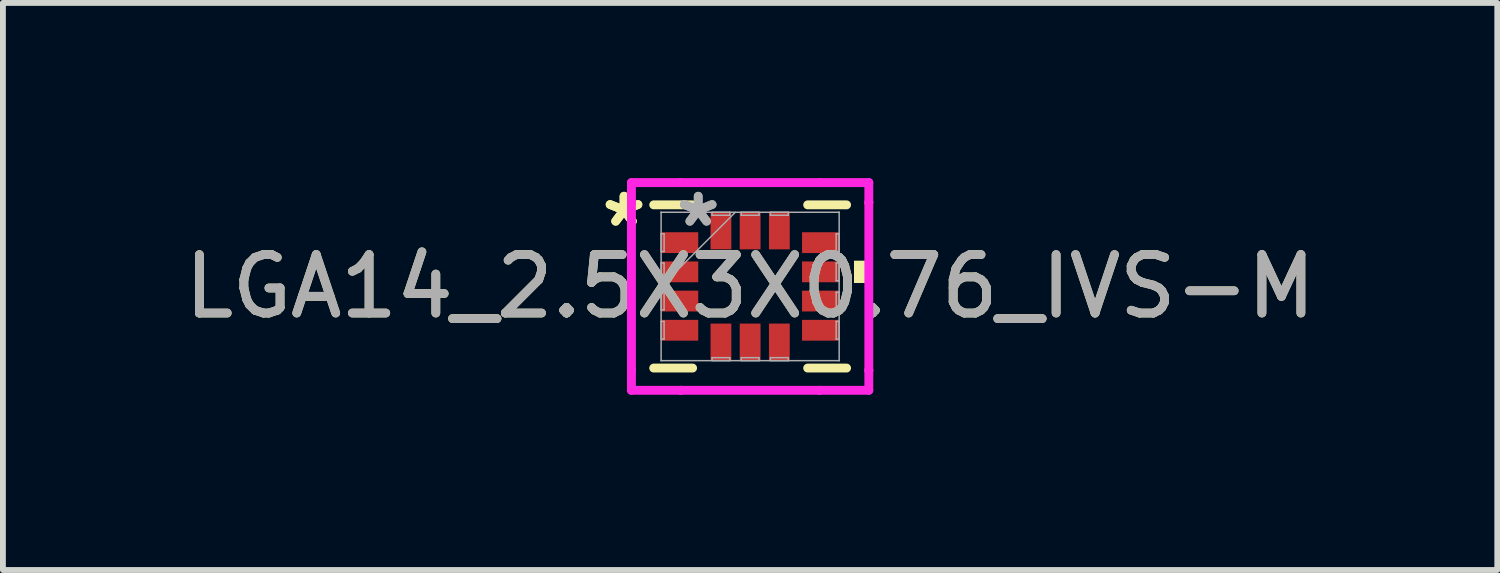
<source format=kicad_pcb>
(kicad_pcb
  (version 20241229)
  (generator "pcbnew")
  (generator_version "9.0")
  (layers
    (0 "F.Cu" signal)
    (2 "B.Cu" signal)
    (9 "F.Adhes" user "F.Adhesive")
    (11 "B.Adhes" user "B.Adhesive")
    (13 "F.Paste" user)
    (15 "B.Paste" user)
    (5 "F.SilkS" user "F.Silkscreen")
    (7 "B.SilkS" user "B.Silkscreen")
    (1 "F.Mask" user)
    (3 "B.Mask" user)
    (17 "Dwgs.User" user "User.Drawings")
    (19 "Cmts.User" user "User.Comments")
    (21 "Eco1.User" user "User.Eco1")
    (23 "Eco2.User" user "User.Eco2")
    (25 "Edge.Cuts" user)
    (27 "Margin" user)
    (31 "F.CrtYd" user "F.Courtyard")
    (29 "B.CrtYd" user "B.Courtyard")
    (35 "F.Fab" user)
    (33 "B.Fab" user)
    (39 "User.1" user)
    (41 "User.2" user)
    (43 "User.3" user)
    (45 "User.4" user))
  (footprint "LGA14_2.5X3X0.76_IVS-M"
    (layer "F.Cu")
    (at 9.792 1.854)
    (property "Reference" "LGA14_2.5X3X0.76_IVS-M" (at 0 0 0) (unlocked yes) (layer "F.SilkS") (effects (font (size 1 1) (thickness 0.15))))
    (attr smd)
    (fp_line (start -1.651 1.397) (end -0.985 1.397) (stroke (width 0.152) (type solid)) (layer "F.SilkS"))
    (fp_line (start -0.985 -1.397) (end -1.651 -1.397) (stroke (width 0.152) (type solid)) (layer "F.SilkS"))
    (fp_line (start 0.985 1.397) (end 1.651 1.397) (stroke (width 0.152) (type solid)) (layer "F.SilkS"))
    (fp_line (start 1.651 -1.397) (end 0.985 -1.397) (stroke (width 0.152) (type solid)) (layer "F.SilkS"))
    (fp_poly (pts (xy 2.032 -0.441) (xy 2.032 -0.059) (xy 1.778 -0.059) (xy 1.778 -0.441)) (stroke (width 0) (type solid)) (fill yes) (layer "F.SilkS"))
    (fp_line (start -2.032 -1.778) (end -1.186 -1.778) (stroke (width 0.152) (type solid)) (layer "F.CrtYd"))
    (fp_line (start -2.032 -1.436) (end -2.032 -1.778) (stroke (width 0.152) (type solid)) (layer "F.CrtYd"))
    (fp_line (start -2.032 -1.436) (end -2.032 -1.436) (stroke (width 0.152) (type solid)) (layer "F.CrtYd"))
    (fp_line (start -2.032 1.436) (end -2.032 -1.436) (stroke (width 0.152) (type solid)) (layer "F.CrtYd"))
    (fp_line (start -2.032 1.436) (end -2.032 1.436) (stroke (width 0.152) (type solid)) (layer "F.CrtYd"))
    (fp_line (start -2.032 1.778) (end -2.032 1.436) (stroke (width 0.152) (type solid)) (layer "F.CrtYd"))
    (fp_line (start -1.186 -1.778) (end -1.186 -1.778) (stroke (width 0.152) (type solid)) (layer "F.CrtYd"))
    (fp_line (start -1.186 -1.778) (end 1.186 -1.778) (stroke (width 0.152) (type solid)) (layer "F.CrtYd"))
    (fp_line (start -1.186 1.778) (end -2.032 1.778) (stroke (width 0.152) (type solid)) (layer "F.CrtYd"))
    (fp_line (start -1.186 1.778) (end -1.186 1.778) (stroke (width 0.152) (type solid)) (layer "F.CrtYd"))
    (fp_line (start 1.186 -1.778) (end 1.186 -1.778) (stroke (width 0.152) (type solid)) (layer "F.CrtYd"))
    (fp_line (start 1.186 -1.778) (end 2.032 -1.778) (stroke (width 0.152) (type solid)) (layer "F.CrtYd"))
    (fp_line (start 1.186 1.778) (end -1.186 1.778) (stroke (width 0.152) (type solid)) (layer "F.CrtYd"))
    (fp_line (start 1.186 1.778) (end 1.186 1.778) (stroke (width 0.152) (type solid)) (layer "F.CrtYd"))
    (fp_line (start 2.032 -1.778) (end 2.032 -1.436) (stroke (width 0.152) (type solid)) (layer "F.CrtYd"))
    (fp_line (start 2.032 -1.436) (end 2.032 -1.436) (stroke (width 0.152) (type solid)) (layer "F.CrtYd"))
    (fp_line (start 2.032 -1.436) (end 2.032 1.436) (stroke (width 0.152) (type solid)) (layer "F.CrtYd"))
    (fp_line (start 2.032 1.436) (end 2.032 1.436) (stroke (width 0.152) (type solid)) (layer "F.CrtYd"))
    (fp_line (start 2.032 1.436) (end 2.032 1.778) (stroke (width 0.152) (type solid)) (layer "F.CrtYd"))
    (fp_line (start 2.032 1.778) (end 1.186 1.778) (stroke (width 0.152) (type solid)) (layer "F.CrtYd"))
    (fp_line (start -1.524 -1.27) (end -1.524 -1.27) (stroke (width 0.025) (type solid)) (layer "F.Fab"))
    (fp_line (start -1.524 -1.27) (end -1.524 1.27) (stroke (width 0.025) (type solid)) (layer "F.Fab"))
    (fp_line (start -1.524 -0.902) (end -1.473 -0.902) (stroke (width 0.025) (type solid)) (layer "F.Fab"))
    (fp_line (start -1.524 -0.598) (end -1.524 -0.902) (stroke (width 0.025) (type solid)) (layer "F.Fab"))
    (fp_line (start -1.524 -0.402) (end -1.473 -0.402) (stroke (width 0.025) (type solid)) (layer "F.Fab"))
    (fp_line (start -1.524 -0.098) (end -1.524 -0.402) (stroke (width 0.025) (type solid)) (layer "F.Fab"))
    (fp_line (start -1.524 0) (end -0.254 -1.27) (stroke (width 0.025) (type solid)) (layer "F.Fab"))
    (fp_line (start -1.524 0.098) (end -1.473 0.098) (stroke (width 0.025) (type solid)) (layer "F.Fab"))
    (fp_line (start -1.524 0.402) (end -1.524 0.098) (stroke (width 0.025) (type solid)) (layer "F.Fab"))
    (fp_line (start -1.524 0.598) (end -1.473 0.598) (stroke (width 0.025) (type solid)) (layer "F.Fab"))
    (fp_line (start -1.524 0.902) (end -1.524 0.598) (stroke (width 0.025) (type solid)) (layer "F.Fab"))
    (fp_line (start -1.524 1.27) (end -1.524 1.27) (stroke (width 0.025) (type solid)) (layer "F.Fab"))
    (fp_line (start -1.524 1.27) (end 1.524 1.27) (stroke (width 0.025) (type solid)) (layer "F.Fab"))
    (fp_line (start -1.473 -0.902) (end -1.473 -0.598) (stroke (width 0.025) (type solid)) (layer "F.Fab"))
    (fp_line (start -1.473 -0.598) (end -1.524 -0.598) (stroke (width 0.025) (type solid)) (layer "F.Fab"))
    (fp_line (start -1.473 -0.402) (end -1.473 -0.098) (stroke (width 0.025) (type solid)) (layer "F.Fab"))
    (fp_line (start -1.473 -0.098) (end -1.524 -0.098) (stroke (width 0.025) (type solid)) (layer "F.Fab"))
    (fp_line (start -1.473 0.098) (end -1.473 0.402) (stroke (width 0.025) (type solid)) (layer "F.Fab"))
    (fp_line (start -1.473 0.402) (end -1.524 0.402) (stroke (width 0.025) (type solid)) (layer "F.Fab"))
    (fp_line (start -1.473 0.598) (end -1.473 0.902) (stroke (width 0.025) (type solid)) (layer "F.Fab"))
    (fp_line (start -1.473 0.902) (end -1.524 0.902) (stroke (width 0.025) (type solid)) (layer "F.Fab"))
    (fp_line (start -0.652 -1.27) (end -0.348 -1.27) (stroke (width 0.025) (type solid)) (layer "F.Fab"))
    (fp_line (start -0.652 -1.219) (end -0.652 -1.27) (stroke (width 0.025) (type solid)) (layer "F.Fab"))
    (fp_line (start -0.652 1.219) (end -0.348 1.219) (stroke (width 0.025) (type solid)) (layer "F.Fab"))
    (fp_line (start -0.652 1.27) (end -0.652 1.219) (stroke (width 0.025) (type solid)) (layer "F.Fab"))
    (fp_line (start -0.348 -1.27) (end -0.348 -1.219) (stroke (width 0.025) (type solid)) (layer "F.Fab"))
    (fp_line (start -0.348 -1.219) (end -0.652 -1.219) (stroke (width 0.025) (type solid)) (layer "F.Fab"))
    (fp_line (start -0.348 1.219) (end -0.348 1.27) (stroke (width 0.025) (type solid)) (layer "F.Fab"))
    (fp_line (start -0.348 1.27) (end -0.652 1.27) (stroke (width 0.025) (type solid)) (layer "F.Fab"))
    (fp_line (start -0.152 -1.27) (end 0.152 -1.27) (stroke (width 0.025) (type solid)) (layer "F.Fab"))
    (fp_line (start -0.152 -1.219) (end -0.152 -1.27) (stroke (width 0.025) (type solid)) (layer "F.Fab"))
    (fp_line (start -0.152 1.219) (end 0.152 1.219) (stroke (width 0.025) (type solid)) (layer "F.Fab"))
    (fp_line (start -0.152 1.27) (end -0.152 1.219) (stroke (width 0.025) (type solid)) (layer "F.Fab"))
    (fp_line (start 0.152 -1.27) (end 0.152 -1.219) (stroke (width 0.025) (type solid)) (layer "F.Fab"))
    (fp_line (start 0.152 -1.219) (end -0.152 -1.219) (stroke (width 0.025) (type solid)) (layer "F.Fab"))
    (fp_line (start 0.152 1.219) (end 0.152 1.27) (stroke (width 0.025) (type solid)) (layer "F.Fab"))
    (fp_line (start 0.152 1.27) (end -0.152 1.27) (stroke (width 0.025) (type solid)) (layer "F.Fab"))
    (fp_line (start 0.348 -1.27) (end 0.652 -1.27) (stroke (width 0.025) (type solid)) (layer "F.Fab"))
    (fp_line (start 0.348 -1.219) (end 0.348 -1.27) (stroke (width 0.025) (type solid)) (layer "F.Fab"))
    (fp_line (start 0.348 1.219) (end 0.652 1.219) (stroke (width 0.025) (type solid)) (layer "F.Fab"))
    (fp_line (start 0.348 1.27) (end 0.348 1.219) (stroke (width 0.025) (type solid)) (layer "F.Fab"))
    (fp_line (start 0.652 -1.27) (end 0.652 -1.219) (stroke (width 0.025) (type solid)) (layer "F.Fab"))
    (fp_line (start 0.652 -1.219) (end 0.348 -1.219) (stroke (width 0.025) (type solid)) (layer "F.Fab"))
    (fp_line (start 0.652 1.219) (end 0.652 1.27) (stroke (width 0.025) (type solid)) (layer "F.Fab"))
    (fp_line (start 0.652 1.27) (end 0.348 1.27) (stroke (width 0.025) (type solid)) (layer "F.Fab"))
    (fp_line (start 1.473 -0.902) (end 1.524 -0.902) (stroke (width 0.025) (type solid)) (layer "F.Fab"))
    (fp_line (start 1.473 -0.598) (end 1.473 -0.902) (stroke (width 0.025) (type solid)) (layer "F.Fab"))
    (fp_line (start 1.473 -0.402) (end 1.524 -0.402) (stroke (width 0.025) (type solid)) (layer "F.Fab"))
    (fp_line (start 1.473 -0.098) (end 1.473 -0.402) (stroke (width 0.025) (type solid)) (layer "F.Fab"))
    (fp_line (start 1.473 0.098) (end 1.524 0.098) (stroke (width 0.025) (type solid)) (layer "F.Fab"))
    (fp_line (start 1.473 0.402) (end 1.473 0.098) (stroke (width 0.025) (type solid)) (layer "F.Fab"))
    (fp_line (start 1.473 0.598) (end 1.524 0.598) (stroke (width 0.025) (type solid)) (layer "F.Fab"))
    (fp_line (start 1.473 0.902) (end 1.473 0.598) (stroke (width 0.025) (type solid)) (layer "F.Fab"))
    (fp_line (start 1.524 -1.27) (end -1.524 -1.27) (stroke (width 0.025) (type solid)) (layer "F.Fab"))
    (fp_line (start 1.524 -1.27) (end 1.524 -1.27) (stroke (width 0.025) (type solid)) (layer "F.Fab"))
    (fp_line (start 1.524 -0.902) (end 1.524 -0.598) (stroke (width 0.025) (type solid)) (layer "F.Fab"))
    (fp_line (start 1.524 -0.598) (end 1.473 -0.598) (stroke (width 0.025) (type solid)) (layer "F.Fab"))
    (fp_line (start 1.524 -0.402) (end 1.524 -0.098) (stroke (width 0.025) (type solid)) (layer "F.Fab"))
    (fp_line (start 1.524 -0.098) (end 1.473 -0.098) (stroke (width 0.025) (type solid)) (layer "F.Fab"))
    (fp_line (start 1.524 0.098) (end 1.524 0.402) (stroke (width 0.025) (type solid)) (layer "F.Fab"))
    (fp_line (start 1.524 0.402) (end 1.473 0.402) (stroke (width 0.025) (type solid)) (layer "F.Fab"))
    (fp_line (start 1.524 0.598) (end 1.524 0.902) (stroke (width 0.025) (type solid)) (layer "F.Fab"))
    (fp_line (start 1.524 0.902) (end 1.473 0.902) (stroke (width 0.025) (type solid)) (layer "F.Fab"))
    (fp_line (start 1.524 1.27) (end 1.524 -1.27) (stroke (width 0.025) (type solid)) (layer "F.Fab"))
    (fp_line (start 1.524 1.27) (end 1.524 1.27) (stroke (width 0.025) (type solid)) (layer "F.Fab"))
    (fp_text user "*" (at -2.159 -1 0) (layer "F.SilkS") (effects (font (size 1 1) (thickness 0.15))))
    (fp_text user "*" (at -2.159 -1 0) (unlocked yes) (layer "F.SilkS") (effects (font (size 1 1) (thickness 0.15))))
    (fp_text user "*" (at -0.889 -1 0) (unlocked yes) (layer "F.Fab") (effects (font (size 1 1) (thickness 0.15))))
    (fp_text user "*" (at -0.889 -1 0) (layer "F.Fab") (effects (font (size 1 1) (thickness 0.15))))
    (fp_text user "${REFERENCE}" (at 0 0 0) (unlocked yes) (layer "F.Fab") (effects (font (size 1 1) (thickness 0.15))))
    (pad "1" smd rect (at -1.206 -0.75 90) (size 0.356 0.635) (layers "F.Cu" "F.Mask" "F.Paste"))
    (pad "2" smd rect (at -1.206 -0.25 90) (size 0.356 0.635) (layers "F.Cu" "F.Mask" "F.Paste"))
    (pad "3" smd rect (at -1.206 0.25 90) (size 0.356 0.635) (layers "F.Cu" "F.Mask" "F.Paste"))
    (pad "4" smd rect (at -1.206 0.75 90) (size 0.356 0.635) (layers "F.Cu" "F.Mask" "F.Paste"))
    (pad "5" smd rect (at -0.5 0.953) (size 0.356 0.635) (layers "F.Cu" "F.Mask" "F.Paste"))
    (pad "6" smd rect (at 0 0.953) (size 0.356 0.635) (layers "F.Cu" "F.Mask" "F.Paste"))
    (pad "7" smd rect (at 0.5 0.953) (size 0.356 0.635) (layers "F.Cu" "F.Mask" "F.Paste"))
    (pad "8" smd rect (at 1.206 0.75 90) (size 0.356 0.635) (layers "F.Cu" "F.Mask" "F.Paste"))
    (pad "9" smd rect (at 1.206 0.25 90) (size 0.356 0.635) (layers "F.Cu" "F.Mask" "F.Paste"))
    (pad "10" smd rect (at 1.206 -0.25 90) (size 0.356 0.635) (layers "F.Cu" "F.Mask" "F.Paste"))
    (pad "11" smd rect (at 1.206 -0.75 90) (size 0.356 0.635) (layers "F.Cu" "F.Mask" "F.Paste"))
    (pad "12" smd rect (at 0.5 -0.953) (size 0.356 0.635) (layers "F.Cu" "F.Mask" "F.Paste"))
    (pad "13" smd rect (at 0 -0.953) (size 0.356 0.635) (layers "F.Cu" "F.Mask" "F.Paste"))
    (pad "14" smd rect (at -0.5 -0.953) (size 0.356 0.635) (layers "F.Cu" "F.Mask" "F.Paste")))
  (gr_rect
    (start -3 -3)
    (end 22.583 6.708)
    (stroke (width 0.1) (type default))
    (fill no)
    (layer "Edge.Cuts")))
</source>
